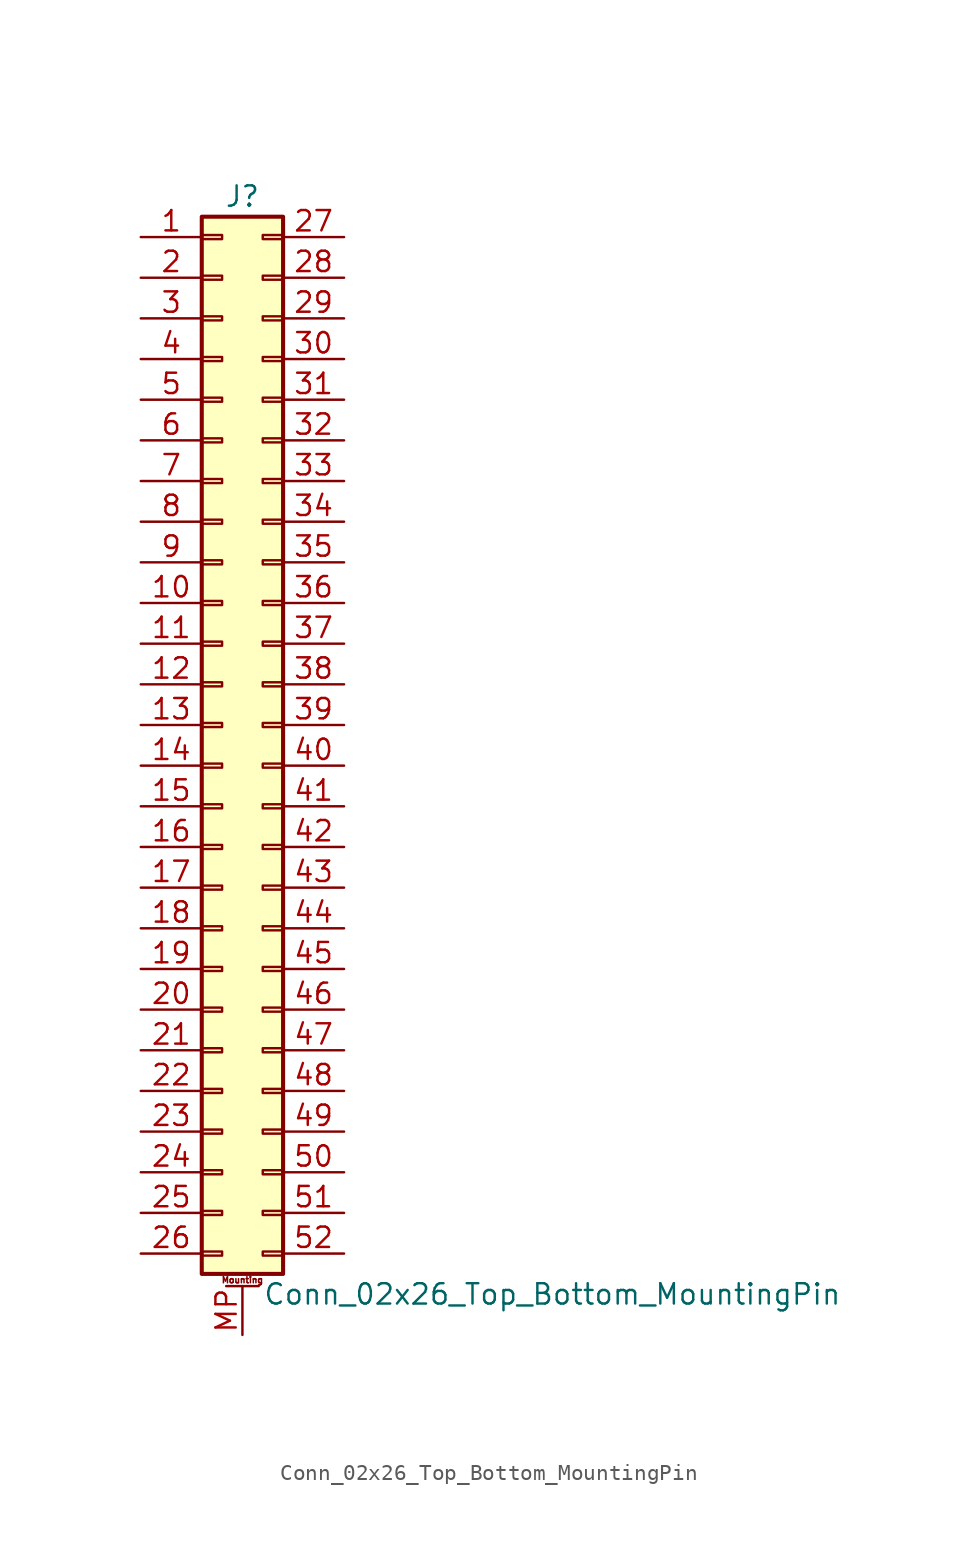
<source format=kicad_sym>
(kicad_symbol_lib
  (version 20201005)
  (generator kicad_symbol_editor)
  (symbol "Connector_Generic_MountingPin:Conn_02x26_Top_Bottom_MountingPin"
    (pin_names
      (offset 1.016) hide)
    (property "Reference" "J"
      (at 1.27 33.02 0)
      (effects (font (size 1.27 1.27))))
    (property "Value" "Conn_02x26_Top_Bottom_MountingPin"
      (at 2.54 -35.56 0)
      (effects (font (size 1.27 1.27)) (justify left)))
    (symbol "Conn_02x26_Top_Bottom_MountingPin_1_1"
      (text "Mounting" (at 1.27 -34.671 0) (effects (font (size 0.381 0.381))))
      (rectangle (start -1.27 -27.813) (end 0 -28.067) (stroke (width 0.152)) (fill (type none)))
      (rectangle (start -1.27 -30.353) (end 0 -30.607) (stroke (width 0.152)) (fill (type none)))
      (rectangle (start -1.27 -32.893) (end 0 -33.147) (stroke (width 0.152)) (fill (type none)))
      (rectangle (start -1.27 -4.953) (end 0 -5.207) (stroke (width 0.152)) (fill (type none)))
      (rectangle (start -1.27 -7.493) (end 0 -7.747) (stroke (width 0.152)) (fill (type none)))
      (rectangle (start -1.27 -10.033) (end 0 -10.287) (stroke (width 0.152)) (fill (type none)))
      (rectangle (start -1.27 -12.573) (end 0 -12.827) (stroke (width 0.152)) (fill (type none)))
      (rectangle (start -1.27 -15.113) (end 0 -15.367) (stroke (width 0.152)) (fill (type none)))
      (rectangle (start -1.27 -17.653) (end 0 -17.907) (stroke (width 0.152)) (fill (type none)))
      (rectangle (start -1.27 -20.193) (end 0 -20.447) (stroke (width 0.152)) (fill (type none)))
      (rectangle (start -1.27 -22.733) (end 0 -22.987) (stroke (width 0.152)) (fill (type none)))
      (rectangle (start -1.27 -2.413) (end 0 -2.667) (stroke (width 0.152)) (fill (type none)))
      (rectangle (start -1.27 -25.273) (end 0 -25.527) (stroke (width 0.152)) (fill (type none)))
      (rectangle (start -1.27 25.527) (end 0 25.273) (stroke (width 0.152)) (fill (type none)))
      (rectangle (start -1.27 2.667) (end 0 2.413) (stroke (width 0.152)) (fill (type none)))
      (rectangle (start -1.27 28.067) (end 0 27.813) (stroke (width 0.152)) (fill (type none)))
      (rectangle (start -1.27 30.607) (end 0 30.353) (stroke (width 0.152)) (fill (type none)))
      (rectangle (start -1.27 31.75) (end 3.81 -34.29) (stroke (width 0.254)) (fill (type background)))
      (rectangle (start -1.27 5.207) (end 0 4.953) (stroke (width 0.152)) (fill (type none)))
      (rectangle (start -1.27 7.747) (end 0 7.493) (stroke (width 0.152)) (fill (type none)))
      (rectangle (start -1.27 10.287) (end 0 10.033) (stroke (width 0.152)) (fill (type none)))
      (rectangle (start -1.27 0.127) (end 0 -0.127) (stroke (width 0.152)) (fill (type none)))
      (rectangle (start -1.27 12.827) (end 0 12.573) (stroke (width 0.152)) (fill (type none)))
      (rectangle (start -1.27 15.367) (end 0 15.113) (stroke (width 0.152)) (fill (type none)))
      (rectangle (start -1.27 17.907) (end 0 17.653) (stroke (width 0.152)) (fill (type none)))
      (rectangle (start -1.27 20.447) (end 0 20.193) (stroke (width 0.152)) (fill (type none)))
      (rectangle (start -1.27 22.987) (end 0 22.733) (stroke (width 0.152)) (fill (type none)))
      (rectangle (start 3.81 -27.813) (end 2.54 -28.067) (stroke (width 0.152)) (fill (type none)))
      (rectangle (start 3.81 -30.353) (end 2.54 -30.607) (stroke (width 0.152)) (fill (type none)))
      (rectangle (start 3.81 -32.893) (end 2.54 -33.147) (stroke (width 0.152)) (fill (type none)))
      (rectangle (start 3.81 -4.953) (end 2.54 -5.207) (stroke (width 0.152)) (fill (type none)))
      (rectangle (start 3.81 -7.493) (end 2.54 -7.747) (stroke (width 0.152)) (fill (type none)))
      (rectangle (start 3.81 -10.033) (end 2.54 -10.287) (stroke (width 0.152)) (fill (type none)))
      (rectangle (start 3.81 -12.573) (end 2.54 -12.827) (stroke (width 0.152)) (fill (type none)))
      (rectangle (start 3.81 -15.113) (end 2.54 -15.367) (stroke (width 0.152)) (fill (type none)))
      (rectangle (start 3.81 -17.653) (end 2.54 -17.907) (stroke (width 0.152)) (fill (type none)))
      (rectangle (start 3.81 -20.193) (end 2.54 -20.447) (stroke (width 0.152)) (fill (type none)))
      (rectangle (start 3.81 -22.733) (end 2.54 -22.987) (stroke (width 0.152)) (fill (type none)))
      (rectangle (start 3.81 -2.413) (end 2.54 -2.667) (stroke (width 0.152)) (fill (type none)))
      (rectangle (start 3.81 -25.273) (end 2.54 -25.527) (stroke (width 0.152)) (fill (type none)))
      (rectangle (start 3.81 25.527) (end 2.54 25.273) (stroke (width 0.152)) (fill (type none)))
      (rectangle (start 3.81 2.667) (end 2.54 2.413) (stroke (width 0.152)) (fill (type none)))
      (rectangle (start 3.81 28.067) (end 2.54 27.813) (stroke (width 0.152)) (fill (type none)))
      (rectangle (start 3.81 30.607) (end 2.54 30.353) (stroke (width 0.152)) (fill (type none)))
      (rectangle (start 3.81 5.207) (end 2.54 4.953) (stroke (width 0.152)) (fill (type none)))
      (rectangle (start 3.81 7.747) (end 2.54 7.493) (stroke (width 0.152)) (fill (type none)))
      (rectangle (start 3.81 10.287) (end 2.54 10.033) (stroke (width 0.152)) (fill (type none)))
      (rectangle (start 3.81 0.127) (end 2.54 -0.127) (stroke (width 0.152)) (fill (type none)))
      (rectangle (start 3.81 12.827) (end 2.54 12.573) (stroke (width 0.152)) (fill (type none)))
      (rectangle (start 3.81 15.367) (end 2.54 15.113) (stroke (width 0.152)) (fill (type none)))
      (rectangle (start 3.81 17.907) (end 2.54 17.653) (stroke (width 0.152)) (fill (type none)))
      (rectangle (start 3.81 20.447) (end 2.54 20.193) (stroke (width 0.152)) (fill (type none)))
      (rectangle (start 3.81 22.987) (end 2.54 22.733) (stroke (width 0.152)) (fill (type none)))
      (polyline (pts (xy 0.254 -35.052) (xy 2.286 -35.052)) (stroke (width 0.152)) (fill (type none)))
      (pin passive line (at 1.27 -38.1 90) (length 3.048) (name "MountPin" (effects (font (size 1.27 1.27)))) (number "MP" (effects (font (size 1.27 1.27)))))
      (pin passive line (at -5.08 30.48 0) (length 3.81) (name "Pin_1" (effects (font (size 1.27 1.27)))) (number "1" (effects (font (size 1.27 1.27)))))
      (pin passive line (at -5.08 7.62 0) (length 3.81) (name "Pin_10" (effects (font (size 1.27 1.27)))) (number "10" (effects (font (size 1.27 1.27)))))
      (pin passive line (at -5.08 5.08 0) (length 3.81) (name "Pin_11" (effects (font (size 1.27 1.27)))) (number "11" (effects (font (size 1.27 1.27)))))
      (pin passive line (at -5.08 2.54 0) (length 3.81) (name "Pin_12" (effects (font (size 1.27 1.27)))) (number "12" (effects (font (size 1.27 1.27)))))
      (pin passive line (at -5.08 0 0) (length 3.81) (name "Pin_13" (effects (font (size 1.27 1.27)))) (number "13" (effects (font (size 1.27 1.27)))))
      (pin passive line (at -5.08 -2.54 0) (length 3.81) (name "Pin_14" (effects (font (size 1.27 1.27)))) (number "14" (effects (font (size 1.27 1.27)))))
      (pin passive line (at -5.08 -5.08 0) (length 3.81) (name "Pin_15" (effects (font (size 1.27 1.27)))) (number "15" (effects (font (size 1.27 1.27)))))
      (pin passive line (at -5.08 -7.62 0) (length 3.81) (name "Pin_16" (effects (font (size 1.27 1.27)))) (number "16" (effects (font (size 1.27 1.27)))))
      (pin passive line (at -5.08 -10.16 0) (length 3.81) (name "Pin_17" (effects (font (size 1.27 1.27)))) (number "17" (effects (font (size 1.27 1.27)))))
      (pin passive line (at -5.08 -12.7 0) (length 3.81) (name "Pin_18" (effects (font (size 1.27 1.27)))) (number "18" (effects (font (size 1.27 1.27)))))
      (pin passive line (at -5.08 -15.24 0) (length 3.81) (name "Pin_19" (effects (font (size 1.27 1.27)))) (number "19" (effects (font (size 1.27 1.27)))))
      (pin passive line (at -5.08 27.94 0) (length 3.81) (name "Pin_2" (effects (font (size 1.27 1.27)))) (number "2" (effects (font (size 1.27 1.27)))))
      (pin passive line (at -5.08 -17.78 0) (length 3.81) (name "Pin_20" (effects (font (size 1.27 1.27)))) (number "20" (effects (font (size 1.27 1.27)))))
      (pin passive line (at -5.08 -20.32 0) (length 3.81) (name "Pin_21" (effects (font (size 1.27 1.27)))) (number "21" (effects (font (size 1.27 1.27)))))
      (pin passive line (at -5.08 -22.86 0) (length 3.81) (name "Pin_22" (effects (font (size 1.27 1.27)))) (number "22" (effects (font (size 1.27 1.27)))))
      (pin passive line (at -5.08 -25.4 0) (length 3.81) (name "Pin_23" (effects (font (size 1.27 1.27)))) (number "23" (effects (font (size 1.27 1.27)))))
      (pin passive line (at -5.08 -27.94 0) (length 3.81) (name "Pin_24" (effects (font (size 1.27 1.27)))) (number "24" (effects (font (size 1.27 1.27)))))
      (pin passive line (at -5.08 -30.48 0) (length 3.81) (name "Pin_25" (effects (font (size 1.27 1.27)))) (number "25" (effects (font (size 1.27 1.27)))))
      (pin passive line (at -5.08 -33.02 0) (length 3.81) (name "Pin_26" (effects (font (size 1.27 1.27)))) (number "26" (effects (font (size 1.27 1.27)))))
      (pin passive line (at 7.62 30.48 180) (length 3.81) (name "Pin_27" (effects (font (size 1.27 1.27)))) (number "27" (effects (font (size 1.27 1.27)))))
      (pin passive line (at 7.62 27.94 180) (length 3.81) (name "Pin_28" (effects (font (size 1.27 1.27)))) (number "28" (effects (font (size 1.27 1.27)))))
      (pin passive line (at 7.62 25.4 180) (length 3.81) (name "Pin_29" (effects (font (size 1.27 1.27)))) (number "29" (effects (font (size 1.27 1.27)))))
      (pin passive line (at -5.08 25.4 0) (length 3.81) (name "Pin_3" (effects (font (size 1.27 1.27)))) (number "3" (effects (font (size 1.27 1.27)))))
      (pin passive line (at 7.62 22.86 180) (length 3.81) (name "Pin_30" (effects (font (size 1.27 1.27)))) (number "30" (effects (font (size 1.27 1.27)))))
      (pin passive line (at 7.62 20.32 180) (length 3.81) (name "Pin_31" (effects (font (size 1.27 1.27)))) (number "31" (effects (font (size 1.27 1.27)))))
      (pin passive line (at 7.62 17.78 180) (length 3.81) (name "Pin_32" (effects (font (size 1.27 1.27)))) (number "32" (effects (font (size 1.27 1.27)))))
      (pin passive line (at 7.62 15.24 180) (length 3.81) (name "Pin_33" (effects (font (size 1.27 1.27)))) (number "33" (effects (font (size 1.27 1.27)))))
      (pin passive line (at 7.62 12.7 180) (length 3.81) (name "Pin_34" (effects (font (size 1.27 1.27)))) (number "34" (effects (font (size 1.27 1.27)))))
      (pin passive line (at 7.62 10.16 180) (length 3.81) (name "Pin_35" (effects (font (size 1.27 1.27)))) (number "35" (effects (font (size 1.27 1.27)))))
      (pin passive line (at 7.62 7.62 180) (length 3.81) (name "Pin_36" (effects (font (size 1.27 1.27)))) (number "36" (effects (font (size 1.27 1.27)))))
      (pin passive line (at 7.62 5.08 180) (length 3.81) (name "Pin_37" (effects (font (size 1.27 1.27)))) (number "37" (effects (font (size 1.27 1.27)))))
      (pin passive line (at 7.62 2.54 180) (length 3.81) (name "Pin_38" (effects (font (size 1.27 1.27)))) (number "38" (effects (font (size 1.27 1.27)))))
      (pin passive line (at 7.62 0 180) (length 3.81) (name "Pin_39" (effects (font (size 1.27 1.27)))) (number "39" (effects (font (size 1.27 1.27)))))
      (pin passive line (at -5.08 22.86 0) (length 3.81) (name "Pin_4" (effects (font (size 1.27 1.27)))) (number "4" (effects (font (size 1.27 1.27)))))
      (pin passive line (at 7.62 -2.54 180) (length 3.81) (name "Pin_40" (effects (font (size 1.27 1.27)))) (number "40" (effects (font (size 1.27 1.27)))))
      (pin passive line (at 7.62 -5.08 180) (length 3.81) (name "Pin_41" (effects (font (size 1.27 1.27)))) (number "41" (effects (font (size 1.27 1.27)))))
      (pin passive line (at 7.62 -7.62 180) (length 3.81) (name "Pin_42" (effects (font (size 1.27 1.27)))) (number "42" (effects (font (size 1.27 1.27)))))
      (pin passive line (at 7.62 -10.16 180) (length 3.81) (name "Pin_43" (effects (font (size 1.27 1.27)))) (number "43" (effects (font (size 1.27 1.27)))))
      (pin passive line (at 7.62 -12.7 180) (length 3.81) (name "Pin_44" (effects (font (size 1.27 1.27)))) (number "44" (effects (font (size 1.27 1.27)))))
      (pin passive line (at 7.62 -15.24 180) (length 3.81) (name "Pin_45" (effects (font (size 1.27 1.27)))) (number "45" (effects (font (size 1.27 1.27)))))
      (pin passive line (at 7.62 -17.78 180) (length 3.81) (name "Pin_46" (effects (font (size 1.27 1.27)))) (number "46" (effects (font (size 1.27 1.27)))))
      (pin passive line (at 7.62 -20.32 180) (length 3.81) (name "Pin_47" (effects (font (size 1.27 1.27)))) (number "47" (effects (font (size 1.27 1.27)))))
      (pin passive line (at 7.62 -22.86 180) (length 3.81) (name "Pin_48" (effects (font (size 1.27 1.27)))) (number "48" (effects (font (size 1.27 1.27)))))
      (pin passive line (at 7.62 -25.4 180) (length 3.81) (name "Pin_49" (effects (font (size 1.27 1.27)))) (number "49" (effects (font (size 1.27 1.27)))))
      (pin passive line (at -5.08 20.32 0) (length 3.81) (name "Pin_5" (effects (font (size 1.27 1.27)))) (number "5" (effects (font (size 1.27 1.27)))))
      (pin passive line (at 7.62 -27.94 180) (length 3.81) (name "Pin_50" (effects (font (size 1.27 1.27)))) (number "50" (effects (font (size 1.27 1.27)))))
      (pin passive line (at 7.62 -30.48 180) (length 3.81) (name "Pin_51" (effects (font (size 1.27 1.27)))) (number "51" (effects (font (size 1.27 1.27)))))
      (pin passive line (at 7.62 -33.02 180) (length 3.81) (name "Pin_52" (effects (font (size 1.27 1.27)))) (number "52" (effects (font (size 1.27 1.27)))))
      (pin passive line (at -5.08 17.78 0) (length 3.81) (name "Pin_6" (effects (font (size 1.27 1.27)))) (number "6" (effects (font (size 1.27 1.27)))))
      (pin passive line (at -5.08 15.24 0) (length 3.81) (name "Pin_7" (effects (font (size 1.27 1.27)))) (number "7" (effects (font (size 1.27 1.27)))))
      (pin passive line (at -5.08 12.7 0) (length 3.81) (name "Pin_8" (effects (font (size 1.27 1.27)))) (number "8" (effects (font (size 1.27 1.27)))))
      (pin passive line (at -5.08 10.16 0) (length 3.81) (name "Pin_9" (effects (font (size 1.27 1.27)))) (number "9" (effects (font (size 1.27 1.27))))))))
</source>
